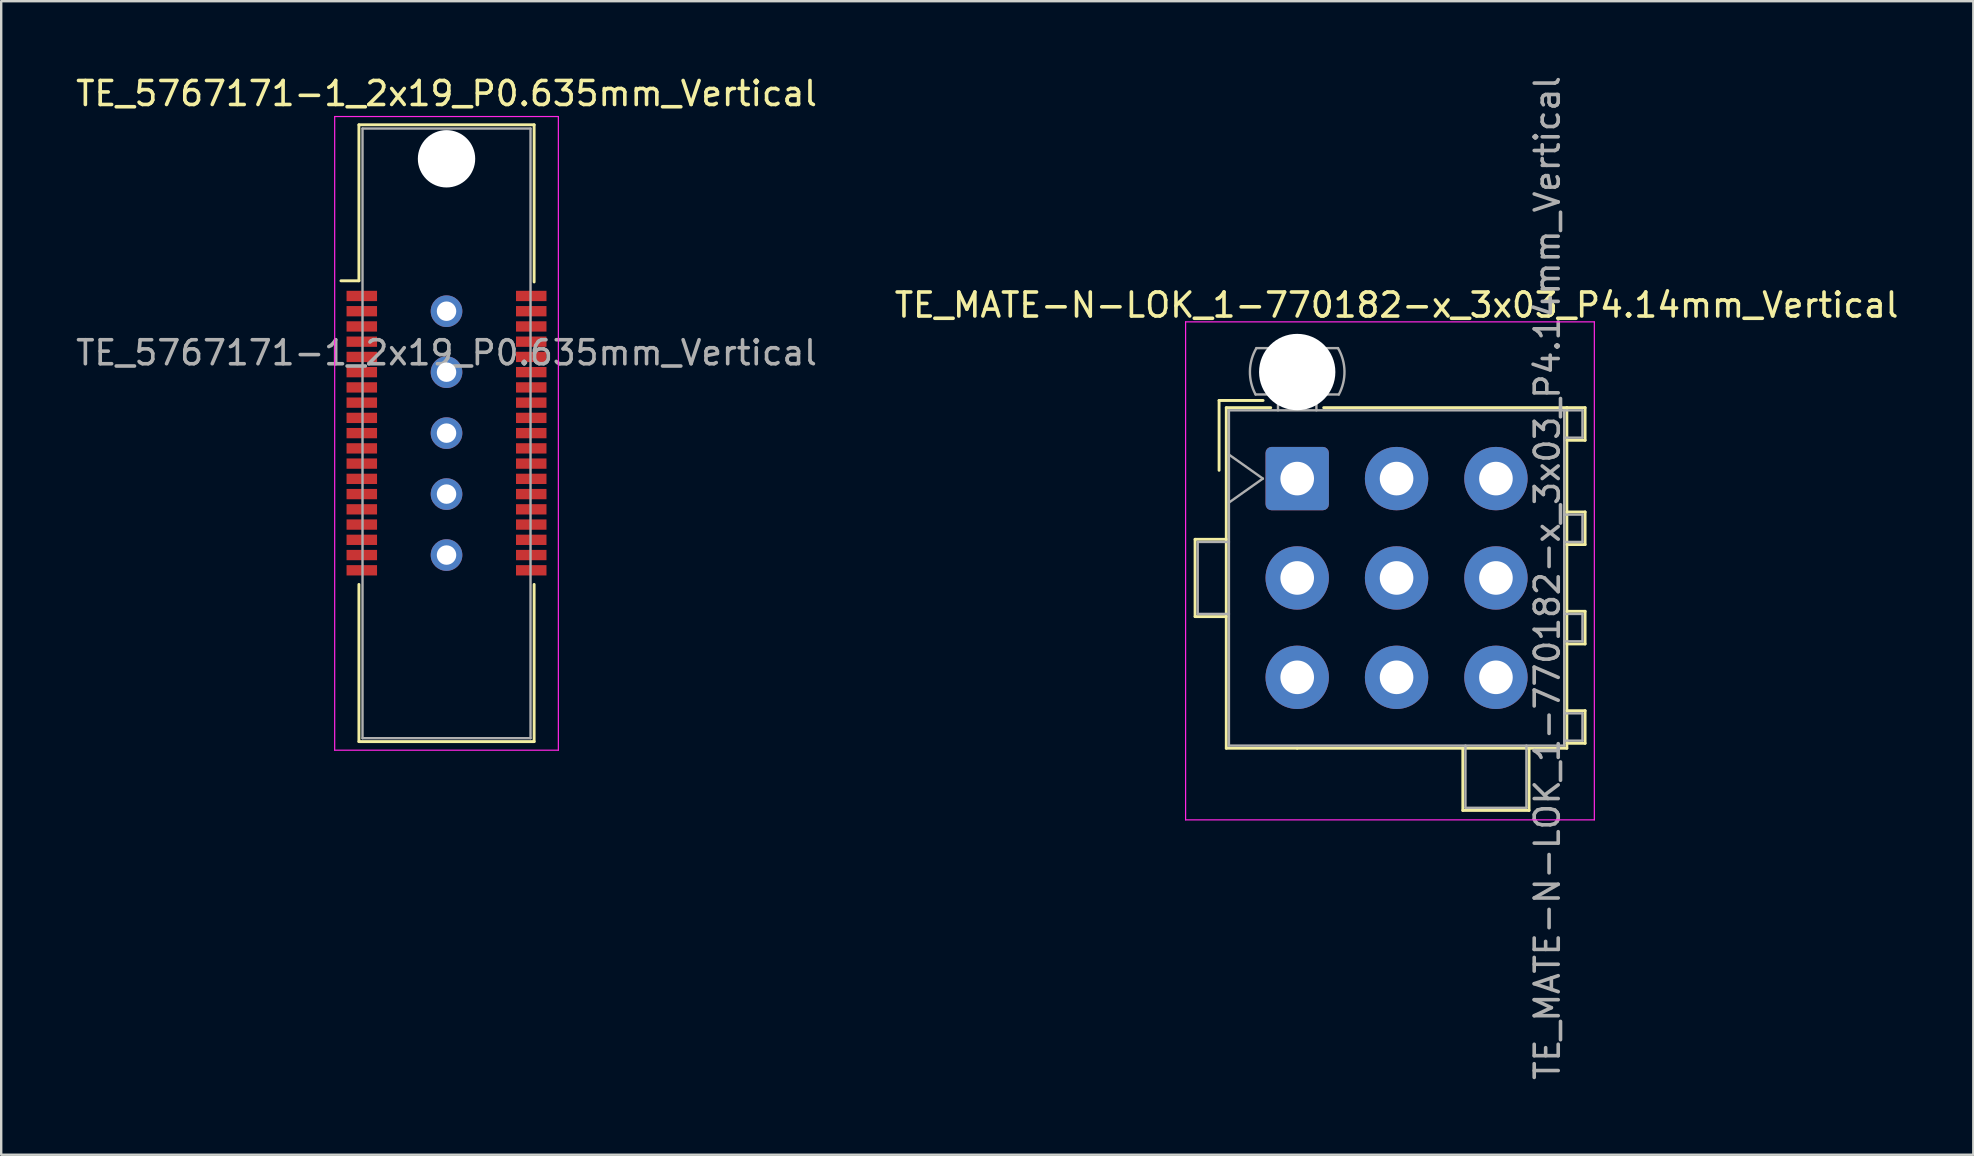
<source format=kicad_pcb>
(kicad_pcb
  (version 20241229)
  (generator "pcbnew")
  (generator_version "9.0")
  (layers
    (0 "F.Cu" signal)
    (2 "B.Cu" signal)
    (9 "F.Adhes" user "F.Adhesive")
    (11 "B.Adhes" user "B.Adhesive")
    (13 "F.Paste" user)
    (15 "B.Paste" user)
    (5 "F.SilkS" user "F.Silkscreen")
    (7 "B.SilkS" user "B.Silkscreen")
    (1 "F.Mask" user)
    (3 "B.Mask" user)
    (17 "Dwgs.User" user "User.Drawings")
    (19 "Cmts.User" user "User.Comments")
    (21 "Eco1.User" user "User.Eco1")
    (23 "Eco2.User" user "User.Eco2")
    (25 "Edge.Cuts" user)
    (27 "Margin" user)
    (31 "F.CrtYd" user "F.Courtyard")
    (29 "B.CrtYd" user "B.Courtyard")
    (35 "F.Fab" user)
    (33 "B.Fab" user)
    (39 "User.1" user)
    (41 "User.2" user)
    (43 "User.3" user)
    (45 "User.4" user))
  (footprint "TE_5767171-1_2x19_P0.635mm_Vertical"
    (layer "F.Cu")
    (at 15.554 15.006)
    (property "Reference" "TE_5767171-1_2x19_P0.635mm_Vertical" (at 0 -14.158 0) (layer "F.SilkS") (effects (font (size 1 1) (thickness 0.15))))
    (attr smd)
    (fp_line (start -3.65 -12.857) (end 3.65 -12.857) (stroke (width 0.12) (type solid)) (layer "F.SilkS"))
    (fp_line (start -3.65 -6.357) (end -4.4 -6.357) (stroke (width 0.12) (type solid)) (layer "F.SilkS"))
    (fp_line (start -3.65 -6.357) (end -3.65 -12.857) (stroke (width 0.12) (type solid)) (layer "F.SilkS"))
    (fp_line (start -3.65 12.842) (end -3.65 6.293) (stroke (width 0.12) (type solid)) (layer "F.SilkS"))
    (fp_line (start 3.65 -12.857) (end 3.65 -6.308) (stroke (width 0.12) (type solid)) (layer "F.SilkS"))
    (fp_line (start 3.65 6.293) (end 3.65 12.842) (stroke (width 0.12) (type solid)) (layer "F.SilkS"))
    (fp_line (start 3.65 12.842) (end -3.65 12.842) (stroke (width 0.12) (type solid)) (layer "F.SilkS"))
    (fp_line (start -4.66 -13.2) (end 4.66 -13.2) (stroke (width 0.05) (type solid)) (layer "F.CrtYd"))
    (fp_line (start -4.66 13.2) (end -4.66 -13.2) (stroke (width 0.05) (type solid)) (layer "F.CrtYd"))
    (fp_line (start 4.66 -13.2) (end 4.66 13.2) (stroke (width 0.05) (type solid)) (layer "F.CrtYd"))
    (fp_line (start 4.66 13.2) (end -4.66 13.2) (stroke (width 0.05) (type solid)) (layer "F.CrtYd"))
    (fp_line (start -3.5 -12.7) (end 3.5 -12.7) (stroke (width 0.1) (type solid)) (layer "F.Fab"))
    (fp_line (start -3.5 12.7) (end -3.5 -12.7) (stroke (width 0.1) (type solid)) (layer "F.Fab"))
    (fp_line (start -3.5 12.7) (end 3.5 12.7) (stroke (width 0.1) (type solid)) (layer "F.Fab"))
    (fp_line (start 3.5 -12.7) (end 3.5 12.7) (stroke (width 0.1) (type solid)) (layer "F.Fab"))
    (fp_text user "${REFERENCE}" (at 0 -3.357 0) (layer "F.Fab") (effects (font (size 1 1) (thickness 0.15))))
    (pad "" np_thru_hole circle (at 0 -11.44 90) (size 2.39 2.39) (drill 2.39) (layers "*.Cu" "*.Mask"))
    (pad "1" smd rect (at -3.53 -5.725 180) (size 1.27 0.43) (layers "F.Cu" "F.Mask" "F.Paste"))
    (pad "2" smd rect (at 3.53 -5.725 180) (size 1.27 0.43) (layers "F.Cu" "F.Mask" "F.Paste"))
    (pad "3" smd rect (at -3.53 -5.09 180) (size 1.27 0.43) (layers "F.Cu" "F.Mask" "F.Paste"))
    (pad "4" smd rect (at 3.53 -5.09 180) (size 1.27 0.43) (layers "F.Cu" "F.Mask" "F.Paste"))
    (pad "5" smd rect (at -3.53 -4.455 180) (size 1.27 0.43) (layers "F.Cu" "F.Mask" "F.Paste"))
    (pad "6" smd rect (at 3.53 -4.455 180) (size 1.27 0.43) (layers "F.Cu" "F.Mask" "F.Paste"))
    (pad "7" smd rect (at -3.53 -3.82 180) (size 1.27 0.43) (layers "F.Cu" "F.Mask" "F.Paste"))
    (pad "8" smd rect (at 3.53 -3.82 180) (size 1.27 0.43) (layers "F.Cu" "F.Mask" "F.Paste"))
    (pad "9" smd rect (at -3.53 -3.185 180) (size 1.27 0.43) (layers "F.Cu" "F.Mask" "F.Paste"))
    (pad "10" smd rect (at 3.53 -3.185 180) (size 1.27 0.43) (layers "F.Cu" "F.Mask" "F.Paste"))
    (pad "11" smd rect (at -3.53 -2.55 180) (size 1.27 0.43) (layers "F.Cu" "F.Mask" "F.Paste"))
    (pad "12" smd rect (at 3.53 -2.55 180) (size 1.27 0.43) (layers "F.Cu" "F.Mask" "F.Paste"))
    (pad "13" smd rect (at -3.53 -1.915 180) (size 1.27 0.43) (layers "F.Cu" "F.Mask" "F.Paste"))
    (pad "14" smd rect (at 3.53 -1.915 180) (size 1.27 0.43) (layers "F.Cu" "F.Mask" "F.Paste"))
    (pad "15" smd rect (at -3.53 -1.28 180) (size 1.27 0.43) (layers "F.Cu" "F.Mask" "F.Paste"))
    (pad "16" smd rect (at 3.53 -1.28 180) (size 1.27 0.43) (layers "F.Cu" "F.Mask" "F.Paste"))
    (pad "17" smd rect (at -3.53 -0.645 180) (size 1.27 0.43) (layers "F.Cu" "F.Mask" "F.Paste"))
    (pad "18" smd rect (at 3.53 -0.645 180) (size 1.27 0.43) (layers "F.Cu" "F.Mask" "F.Paste"))
    (pad "19" smd rect (at -3.53 -0.01 180) (size 1.27 0.43) (layers "F.Cu" "F.Mask" "F.Paste"))
    (pad "20" smd rect (at 3.53 -0.01 180) (size 1.27 0.43) (layers "F.Cu" "F.Mask" "F.Paste"))
    (pad "21" smd rect (at -3.53 0.625 180) (size 1.27 0.43) (layers "F.Cu" "F.Mask" "F.Paste"))
    (pad "22" smd rect (at 3.53 0.625 180) (size 1.27 0.43) (layers "F.Cu" "F.Mask" "F.Paste"))
    (pad "23" smd rect (at -3.53 1.26 180) (size 1.27 0.43) (layers "F.Cu" "F.Mask" "F.Paste"))
    (pad "24" smd rect (at 3.53 1.26 180) (size 1.27 0.43) (layers "F.Cu" "F.Mask" "F.Paste"))
    (pad "25" smd rect (at -3.53 1.895 180) (size 1.27 0.43) (layers "F.Cu" "F.Mask" "F.Paste"))
    (pad "26" smd rect (at 3.53 1.895 180) (size 1.27 0.43) (layers "F.Cu" "F.Mask" "F.Paste"))
    (pad "27" smd rect (at -3.53 2.53 180) (size 1.27 0.43) (layers "F.Cu" "F.Mask" "F.Paste"))
    (pad "28" smd rect (at 3.53 2.53 180) (size 1.27 0.43) (layers "F.Cu" "F.Mask" "F.Paste"))
    (pad "29" smd rect (at -3.53 3.165 180) (size 1.27 0.43) (layers "F.Cu" "F.Mask" "F.Paste"))
    (pad "30" smd rect (at 3.53 3.165 180) (size 1.27 0.43) (layers "F.Cu" "F.Mask" "F.Paste"))
    (pad "31" smd rect (at -3.53 3.8 180) (size 1.27 0.43) (layers "F.Cu" "F.Mask" "F.Paste"))
    (pad "32" smd rect (at 3.53 3.8 180) (size 1.27 0.43) (layers "F.Cu" "F.Mask" "F.Paste"))
    (pad "33" smd rect (at -3.53 4.435 180) (size 1.27 0.43) (layers "F.Cu" "F.Mask" "F.Paste"))
    (pad "34" smd rect (at 3.53 4.435 180) (size 1.27 0.43) (layers "F.Cu" "F.Mask" "F.Paste"))
    (pad "35" smd rect (at -3.53 5.07 180) (size 1.27 0.43) (layers "F.Cu" "F.Mask" "F.Paste"))
    (pad "36" smd rect (at 3.53 5.07 180) (size 1.27 0.43) (layers "F.Cu" "F.Mask" "F.Paste"))
    (pad "37" smd rect (at -3.53 5.705 180) (size 1.27 0.43) (layers "F.Cu" "F.Mask" "F.Paste"))
    (pad "38" smd rect (at 3.53 5.705 180) (size 1.27 0.43) (layers "F.Cu" "F.Mask" "F.Paste"))
    (pad "SH" thru_hole circle (at 0 -5.09 90) (size 1.318 1.318) (drill 0.81) (layers "*.Cu" "*.Mask"))
    (pad "SH" thru_hole circle (at 0 -2.55 90) (size 1.318 1.318) (drill 0.81) (layers "*.Cu" "*.Mask"))
    (pad "SH" thru_hole circle (at 0 -0.01 90) (size 1.318 1.318) (drill 0.81) (layers "*.Cu" "*.Mask"))
    (pad "SH" thru_hole circle (at 0 2.53 90) (size 1.318 1.318) (drill 0.81) (layers "*.Cu" "*.Mask"))
    (pad "SH" thru_hole circle (at 0 5.07 90) (size 1.318 1.318) (drill 0.81) (layers "*.Cu" "*.Mask")))
  (footprint "TE_MATE-N-LOK_1-770182-x_3x03_P4.14mm_Vertical"
    (layer "F.Cu")
    (at 50.997 16.89)
    (property "Reference" "TE_MATE-N-LOK_1-770182-x_3x03_P4.14mm_Vertical" (at 4.14 -7.23 0) (layer "F.SilkS") (effects (font (size 1 1) (thickness 0.15))))
    (attr through_hole)
    (fp_line (start -4.255 2.53) (end -4.255 5.75) (stroke (width 0.12) (type solid)) (layer "F.SilkS"))
    (fp_line (start -4.255 5.75) (end -2.955 5.75) (stroke (width 0.12) (type solid)) (layer "F.SilkS"))
    (fp_line (start -3.255 -3.255) (end -3.255 -0.345) (stroke (width 0.12) (type solid)) (layer "F.SilkS"))
    (fp_line (start -2.955 -2.955) (end -2.955 11.235) (stroke (width 0.12) (type solid)) (layer "F.SilkS"))
    (fp_line (start -2.955 2.53) (end -4.255 2.53) (stroke (width 0.12) (type solid)) (layer "F.SilkS"))
    (fp_line (start -2.955 11.235) (end 0 11.235) (stroke (width 0.12) (type solid)) (layer "F.SilkS"))
    (fp_line (start -1.421 -3.255) (end -3.255 -3.255) (stroke (width 0.12) (type solid)) (layer "F.SilkS"))
    (fp_line (start -1.103 -2.955) (end -2.955 -2.955) (stroke (width 0.12) (type solid)) (layer "F.SilkS"))
    (fp_line (start 1.103 -2.955) (end 11.235 -2.955) (stroke (width 0.12) (type solid)) (layer "F.SilkS"))
    (fp_line (start 6.9 11.235) (end 6.9 13.826) (stroke (width 0.12) (type solid)) (layer "F.SilkS"))
    (fp_line (start 6.9 13.826) (end 9.66 13.826) (stroke (width 0.12) (type solid)) (layer "F.SilkS"))
    (fp_line (start 9.66 13.826) (end 9.66 11.235) (stroke (width 0.12) (type solid)) (layer "F.SilkS"))
    (fp_line (start 11.235 -2.955) (end 11.235 11.235) (stroke (width 0.12) (type solid)) (layer "F.SilkS"))
    (fp_line (start 11.235 -2.955) (end 11.995 -2.955) (stroke (width 0.12) (type solid)) (layer "F.SilkS"))
    (fp_line (start 11.235 1.39) (end 11.995 1.39) (stroke (width 0.12) (type solid)) (layer "F.SilkS"))
    (fp_line (start 11.235 5.53) (end 11.995 5.53) (stroke (width 0.12) (type solid)) (layer "F.SilkS"))
    (fp_line (start 11.235 9.67) (end 11.995 9.67) (stroke (width 0.12) (type solid)) (layer "F.SilkS"))
    (fp_line (start 11.235 11.235) (end 0 11.235) (stroke (width 0.12) (type solid)) (layer "F.SilkS"))
    (fp_line (start 11.995 -2.955) (end 11.995 -1.595) (stroke (width 0.12) (type solid)) (layer "F.SilkS"))
    (fp_line (start 11.995 -1.595) (end 11.235 -1.595) (stroke (width 0.12) (type solid)) (layer "F.SilkS"))
    (fp_line (start 11.995 1.39) (end 11.995 2.75) (stroke (width 0.12) (type solid)) (layer "F.SilkS"))
    (fp_line (start 11.995 2.75) (end 11.235 2.75) (stroke (width 0.12) (type solid)) (layer "F.SilkS"))
    (fp_line (start 11.995 5.53) (end 11.995 6.89) (stroke (width 0.12) (type solid)) (layer "F.SilkS"))
    (fp_line (start 11.995 6.89) (end 11.235 6.89) (stroke (width 0.12) (type solid)) (layer "F.SilkS"))
    (fp_line (start 11.995 9.67) (end 11.995 11.03) (stroke (width 0.12) (type solid)) (layer "F.SilkS"))
    (fp_line (start 11.995 11.03) (end 11.235 11.03) (stroke (width 0.12) (type solid)) (layer "F.SilkS"))
    (fp_line (start -4.65 -6.53) (end -4.65 14.22) (stroke (width 0.05) (type solid)) (layer "F.CrtYd"))
    (fp_line (start -4.65 14.22) (end 12.38 14.22) (stroke (width 0.05) (type solid)) (layer "F.CrtYd"))
    (fp_line (start 12.38 -6.53) (end -4.65 -6.53) (stroke (width 0.05) (type solid)) (layer "F.CrtYd"))
    (fp_line (start 12.38 14.22) (end 12.38 -6.53) (stroke (width 0.05) (type solid)) (layer "F.CrtYd"))
    (fp_line (start -4.145 2.64) (end -4.145 5.64) (stroke (width 0.1) (type solid)) (layer "F.Fab"))
    (fp_line (start -4.145 5.64) (end -2.845 5.64) (stroke (width 0.1) (type solid)) (layer "F.Fab"))
    (fp_line (start -2.845 -2.845) (end -2.845 11.125) (stroke (width 0.1) (type solid)) (layer "F.Fab"))
    (fp_line (start -2.845 -1) (end -1.431 0) (stroke (width 0.1) (type solid)) (layer "F.Fab"))
    (fp_line (start -2.845 2.64) (end -4.145 2.64) (stroke (width 0.1) (type solid)) (layer "F.Fab"))
    (fp_line (start -2.845 11.125) (end 11.125 11.125) (stroke (width 0.1) (type solid)) (layer "F.Fab"))
    (fp_line (start -1.431 0) (end -2.845 1) (stroke (width 0.1) (type solid)) (layer "F.Fab"))
    (fp_line (start -0.8 -2.845) (end -0.8 -3.505) (stroke (width 0.1) (type solid)) (layer "F.Fab"))
    (fp_line (start 0.8 -2.845) (end 0.8 -3.505) (stroke (width 0.1) (type solid)) (layer "F.Fab"))
    (fp_line (start 1.7 -5.436) (end -1.7 -5.436) (stroke (width 0.1) (type solid)) (layer "F.Fab"))
    (fp_line (start 1.734 -3.505) (end -1.734 -3.505) (stroke (width 0.1) (type solid)) (layer "F.Fab"))
    (fp_line (start 7.01 11.125) (end 7.01 13.716) (stroke (width 0.1) (type solid)) (layer "F.Fab"))
    (fp_line (start 7.01 13.716) (end 9.55 13.716) (stroke (width 0.1) (type solid)) (layer "F.Fab"))
    (fp_line (start 9.55 13.716) (end 9.55 11.125) (stroke (width 0.1) (type solid)) (layer "F.Fab"))
    (fp_line (start 11.125 -2.845) (end -2.845 -2.845) (stroke (width 0.1) (type solid)) (layer "F.Fab"))
    (fp_line (start 11.125 -2.845) (end 11.885 -2.845) (stroke (width 0.1) (type solid)) (layer "F.Fab"))
    (fp_line (start 11.125 1.5) (end 11.885 1.5) (stroke (width 0.1) (type solid)) (layer "F.Fab"))
    (fp_line (start 11.125 5.64) (end 11.885 5.64) (stroke (width 0.1) (type solid)) (layer "F.Fab"))
    (fp_line (start 11.125 9.78) (end 11.885 9.78) (stroke (width 0.1) (type solid)) (layer "F.Fab"))
    (fp_line (start 11.125 11.125) (end 11.125 -2.845) (stroke (width 0.1) (type solid)) (layer "F.Fab"))
    (fp_line (start 11.885 -2.845) (end 11.885 -1.705) (stroke (width 0.1) (type solid)) (layer "F.Fab"))
    (fp_line (start 11.885 -1.705) (end 11.125 -1.705) (stroke (width 0.1) (type solid)) (layer "F.Fab"))
    (fp_line (start 11.885 1.5) (end 11.885 2.64) (stroke (width 0.1) (type solid)) (layer "F.Fab"))
    (fp_line (start 11.885 2.64) (end 11.125 2.64) (stroke (width 0.1) (type solid)) (layer "F.Fab"))
    (fp_line (start 11.885 5.64) (end 11.885 6.78) (stroke (width 0.1) (type solid)) (layer "F.Fab"))
    (fp_line (start 11.885 6.78) (end 11.125 6.78) (stroke (width 0.1) (type solid)) (layer "F.Fab"))
    (fp_line (start 11.885 9.78) (end 11.885 10.92) (stroke (width 0.1) (type solid)) (layer "F.Fab"))
    (fp_line (start 11.885 10.92) (end 11.125 10.92) (stroke (width 0.1) (type solid)) (layer "F.Fab"))
    (fp_arc (start -1.733977 -3.505) (mid -1.96969 -4.474992) (end -1.699672 -5.436) (stroke (width 0.1) (type solid)) (layer "F.Fab"))
    (fp_arc (start 1.699672 -5.436) (mid 1.969689 -4.474992) (end 1.733977 -3.505) (stroke (width 0.1) (type solid)) (layer "F.Fab"))
    (fp_text user "${REFERENCE}" (at 10.42 4.14 90) (layer "F.Fab") (effects (font (size 1 1) (thickness 0.15))))
    (pad "" np_thru_hole circle (at 0 -4.44) (size 3.18 3.18) (drill 3.18) (layers "*.Cu" "*.Mask"))
    (pad "1" thru_hole roundrect (at 0 0) (size 2.64 2.64) (drill 1.4) (layers "*.Cu" "*.Mask") (roundrect_rratio 0.095))
    (pad "2" thru_hole circle (at 0 4.14) (size 2.64 2.64) (drill 1.4) (layers "*.Cu" "*.Mask"))
    (pad "3" thru_hole circle (at 0 8.28) (size 2.64 2.64) (drill 1.4) (layers "*.Cu" "*.Mask"))
    (pad "4" thru_hole circle (at 4.14 0) (size 2.64 2.64) (drill 1.4) (layers "*.Cu" "*.Mask"))
    (pad "5" thru_hole circle (at 4.14 4.14) (size 2.64 2.64) (drill 1.4) (layers "*.Cu" "*.Mask"))
    (pad "6" thru_hole circle (at 4.14 8.28) (size 2.64 2.64) (drill 1.4) (layers "*.Cu" "*.Mask"))
    (pad "7" thru_hole circle (at 8.28 0) (size 2.64 2.64) (drill 1.4) (layers "*.Cu" "*.Mask"))
    (pad "8" thru_hole circle (at 8.28 4.14) (size 2.64 2.64) (drill 1.4) (layers "*.Cu" "*.Mask"))
    (pad "9" thru_hole circle (at 8.28 8.28) (size 2.64 2.64) (drill 1.4) (layers "*.Cu" "*.Mask")))
  (gr_rect
    (start -3 -3)
    (end 79.167 45.06)
    (stroke (width 0.1) (type default))
    (fill no)
    (layer "Edge.Cuts")))
</source>
